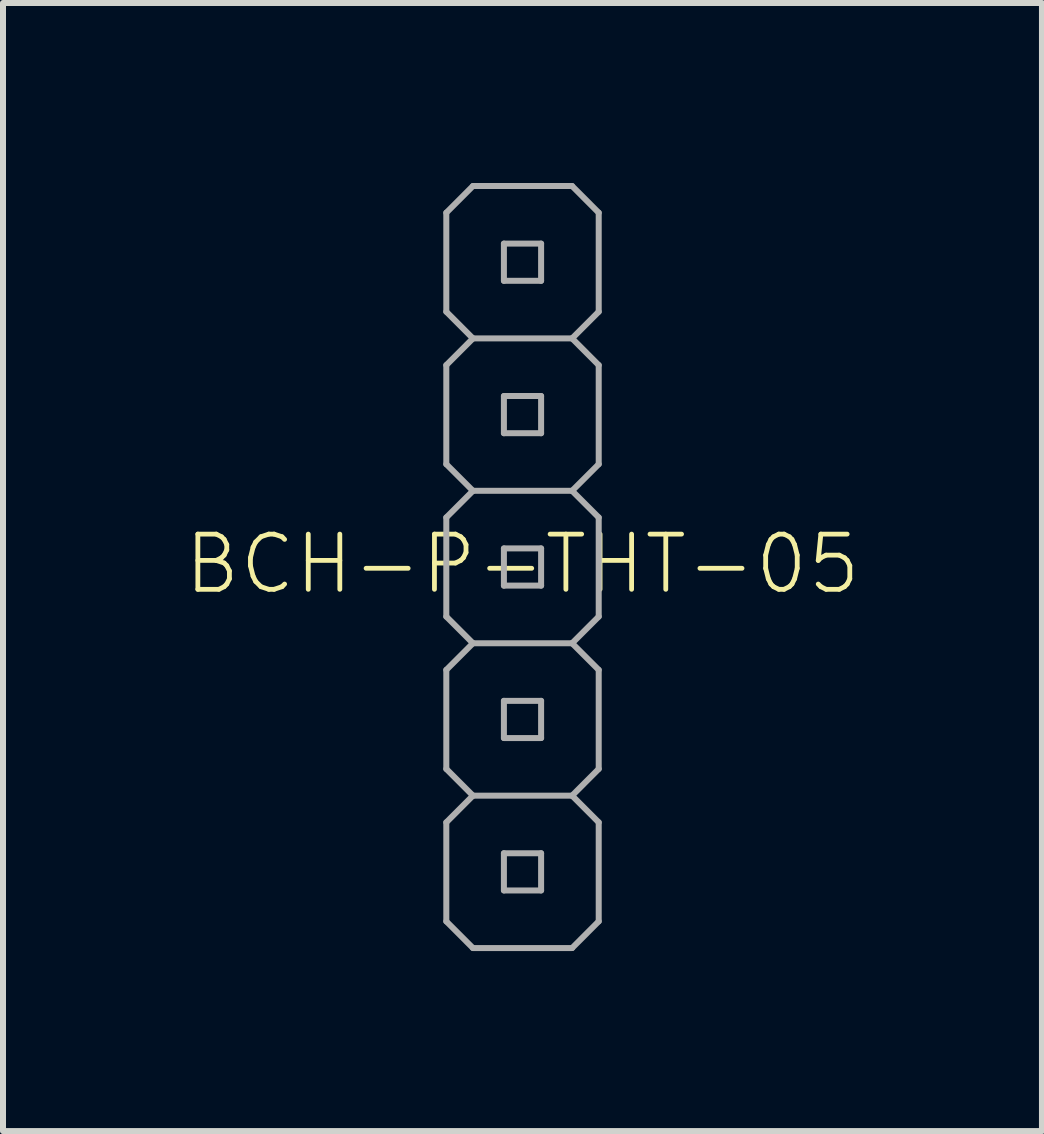
<source format=kicad_pcb>
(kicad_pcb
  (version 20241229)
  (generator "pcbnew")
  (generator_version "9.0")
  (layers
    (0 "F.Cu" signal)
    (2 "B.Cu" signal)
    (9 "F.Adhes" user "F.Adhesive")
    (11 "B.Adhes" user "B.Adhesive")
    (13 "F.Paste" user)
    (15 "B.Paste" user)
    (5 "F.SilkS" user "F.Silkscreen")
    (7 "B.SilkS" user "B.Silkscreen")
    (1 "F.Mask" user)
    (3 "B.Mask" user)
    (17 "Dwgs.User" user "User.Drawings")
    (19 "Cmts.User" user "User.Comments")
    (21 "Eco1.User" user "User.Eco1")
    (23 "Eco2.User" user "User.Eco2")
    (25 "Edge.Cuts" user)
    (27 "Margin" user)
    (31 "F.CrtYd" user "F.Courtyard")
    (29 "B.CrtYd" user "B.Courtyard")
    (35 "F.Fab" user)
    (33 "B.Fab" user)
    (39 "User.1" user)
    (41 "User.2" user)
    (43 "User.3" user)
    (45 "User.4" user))
  (footprint "BCH-P-THT-05"
    (layer "F.Cu")
    (at 5.658 6.4)
    (property "Reference" "BCH-P-THT-05" (at 0 -0.05 0) (unlocked yes) (layer "F.SilkS") (effects (font (size 0.92 0.92) (thickness 0.08))))
    (fp_line (start -1.27 -5.905) (end -1.27 -4.255) (stroke (width 0.1) (type solid)) (layer "F.Fab"))
    (fp_line (start -1.27 -4.255) (end -0.826 -3.81) (stroke (width 0.1) (type solid)) (layer "F.Fab"))
    (fp_line (start -1.27 -3.365) (end -1.27 -1.714) (stroke (width 0.1) (type solid)) (layer "F.Fab"))
    (fp_line (start -1.27 -1.714) (end -0.826 -1.27) (stroke (width 0.1) (type solid)) (layer "F.Fab"))
    (fp_line (start -1.27 -0.826) (end -1.27 0.826) (stroke (width 0.1) (type solid)) (layer "F.Fab"))
    (fp_line (start -1.27 0.826) (end -0.826 1.27) (stroke (width 0.1) (type solid)) (layer "F.Fab"))
    (fp_line (start -1.27 1.714) (end -1.27 3.365) (stroke (width 0.1) (type solid)) (layer "F.Fab"))
    (fp_line (start -1.27 3.365) (end -0.826 3.81) (stroke (width 0.1) (type solid)) (layer "F.Fab"))
    (fp_line (start -1.27 4.255) (end -1.27 5.905) (stroke (width 0.1) (type solid)) (layer "F.Fab"))
    (fp_line (start -1.27 5.905) (end -0.826 6.35) (stroke (width 0.1) (type solid)) (layer "F.Fab"))
    (fp_line (start -0.826 -6.35) (end -1.27 -5.905) (stroke (width 0.1) (type solid)) (layer "F.Fab"))
    (fp_line (start -0.826 -3.81) (end -1.27 -3.365) (stroke (width 0.1) (type solid)) (layer "F.Fab"))
    (fp_line (start -0.826 -1.27) (end -1.27 -0.826) (stroke (width 0.1) (type solid)) (layer "F.Fab"))
    (fp_line (start -0.826 1.27) (end -1.27 1.714) (stroke (width 0.1) (type solid)) (layer "F.Fab"))
    (fp_line (start -0.826 3.81) (end -1.27 4.255) (stroke (width 0.1) (type solid)) (layer "F.Fab"))
    (fp_line (start -0.31 -5.39) (end -0.31 -4.77) (stroke (width 0.1) (type solid)) (layer "F.Fab"))
    (fp_line (start -0.31 -4.77) (end 0.31 -4.77) (stroke (width 0.1) (type solid)) (layer "F.Fab"))
    (fp_line (start -0.31 -2.85) (end -0.31 -2.23) (stroke (width 0.1) (type solid)) (layer "F.Fab"))
    (fp_line (start -0.31 -2.23) (end 0.31 -2.23) (stroke (width 0.1) (type solid)) (layer "F.Fab"))
    (fp_line (start -0.31 -0.31) (end -0.31 0.31) (stroke (width 0.1) (type solid)) (layer "F.Fab"))
    (fp_line (start -0.31 0.31) (end 0.31 0.31) (stroke (width 0.1) (type solid)) (layer "F.Fab"))
    (fp_line (start -0.31 2.23) (end -0.31 2.85) (stroke (width 0.1) (type solid)) (layer "F.Fab"))
    (fp_line (start -0.31 2.85) (end 0.31 2.85) (stroke (width 0.1) (type solid)) (layer "F.Fab"))
    (fp_line (start -0.31 4.77) (end -0.31 5.39) (stroke (width 0.1) (type solid)) (layer "F.Fab"))
    (fp_line (start -0.31 5.39) (end 0.31 5.39) (stroke (width 0.1) (type solid)) (layer "F.Fab"))
    (fp_line (start 0.31 -5.39) (end -0.31 -5.39) (stroke (width 0.1) (type solid)) (layer "F.Fab"))
    (fp_line (start 0.31 -4.77) (end 0.31 -5.39) (stroke (width 0.1) (type solid)) (layer "F.Fab"))
    (fp_line (start 0.31 -2.85) (end -0.31 -2.85) (stroke (width 0.1) (type solid)) (layer "F.Fab"))
    (fp_line (start 0.31 -2.23) (end 0.31 -2.85) (stroke (width 0.1) (type solid)) (layer "F.Fab"))
    (fp_line (start 0.31 -0.31) (end -0.31 -0.31) (stroke (width 0.1) (type solid)) (layer "F.Fab"))
    (fp_line (start 0.31 0.31) (end 0.31 -0.31) (stroke (width 0.1) (type solid)) (layer "F.Fab"))
    (fp_line (start 0.31 2.23) (end -0.31 2.23) (stroke (width 0.1) (type solid)) (layer "F.Fab"))
    (fp_line (start 0.31 2.85) (end 0.31 2.23) (stroke (width 0.1) (type solid)) (layer "F.Fab"))
    (fp_line (start 0.31 4.77) (end -0.31 4.77) (stroke (width 0.1) (type solid)) (layer "F.Fab"))
    (fp_line (start 0.31 5.39) (end 0.31 4.77) (stroke (width 0.1) (type solid)) (layer "F.Fab"))
    (fp_line (start 0.826 -6.35) (end -0.826 -6.35) (stroke (width 0.1) (type solid)) (layer "F.Fab"))
    (fp_line (start 0.826 -3.81) (end -0.826 -3.81) (stroke (width 0.1) (type solid)) (layer "F.Fab"))
    (fp_line (start 0.826 -3.81) (end 1.27 -4.255) (stroke (width 0.1) (type solid)) (layer "F.Fab"))
    (fp_line (start 0.826 -1.27) (end -0.826 -1.27) (stroke (width 0.1) (type solid)) (layer "F.Fab"))
    (fp_line (start 0.826 -1.27) (end 1.27 -1.714) (stroke (width 0.1) (type solid)) (layer "F.Fab"))
    (fp_line (start 0.826 1.27) (end -0.826 1.27) (stroke (width 0.1) (type solid)) (layer "F.Fab"))
    (fp_line (start 0.826 1.27) (end 1.27 0.826) (stroke (width 0.1) (type solid)) (layer "F.Fab"))
    (fp_line (start 0.826 3.81) (end -0.826 3.81) (stroke (width 0.1) (type solid)) (layer "F.Fab"))
    (fp_line (start 0.826 3.81) (end 1.27 3.365) (stroke (width 0.1) (type solid)) (layer "F.Fab"))
    (fp_line (start 0.826 6.35) (end -0.826 6.35) (stroke (width 0.1) (type solid)) (layer "F.Fab"))
    (fp_line (start 0.826 6.35) (end 1.27 5.905) (stroke (width 0.1) (type solid)) (layer "F.Fab"))
    (fp_line (start 1.27 -5.905) (end 0.826 -6.35) (stroke (width 0.1) (type solid)) (layer "F.Fab"))
    (fp_line (start 1.27 -4.255) (end 1.27 -5.905) (stroke (width 0.1) (type solid)) (layer "F.Fab"))
    (fp_line (start 1.27 -3.365) (end 0.826 -3.81) (stroke (width 0.1) (type solid)) (layer "F.Fab"))
    (fp_line (start 1.27 -1.714) (end 1.27 -3.365) (stroke (width 0.1) (type solid)) (layer "F.Fab"))
    (fp_line (start 1.27 -0.826) (end 0.826 -1.27) (stroke (width 0.1) (type solid)) (layer "F.Fab"))
    (fp_line (start 1.27 0.826) (end 1.27 -0.826) (stroke (width 0.1) (type solid)) (layer "F.Fab"))
    (fp_line (start 1.27 1.714) (end 0.826 1.27) (stroke (width 0.1) (type solid)) (layer "F.Fab"))
    (fp_line (start 1.27 3.365) (end 1.27 1.714) (stroke (width 0.1) (type solid)) (layer "F.Fab"))
    (fp_line (start 1.27 4.255) (end 0.826 3.81) (stroke (width 0.1) (type solid)) (layer "F.Fab"))
    (fp_line (start 1.27 5.905) (end 1.27 4.255) (stroke (width 0.1) (type solid)) (layer "F.Fab")))
  (gr_rect
    (start -3 -3)
    (end 14.315 15.8)
    (stroke (width 0.1) (type default))
    (fill no)
    (layer "Edge.Cuts")))
</source>
